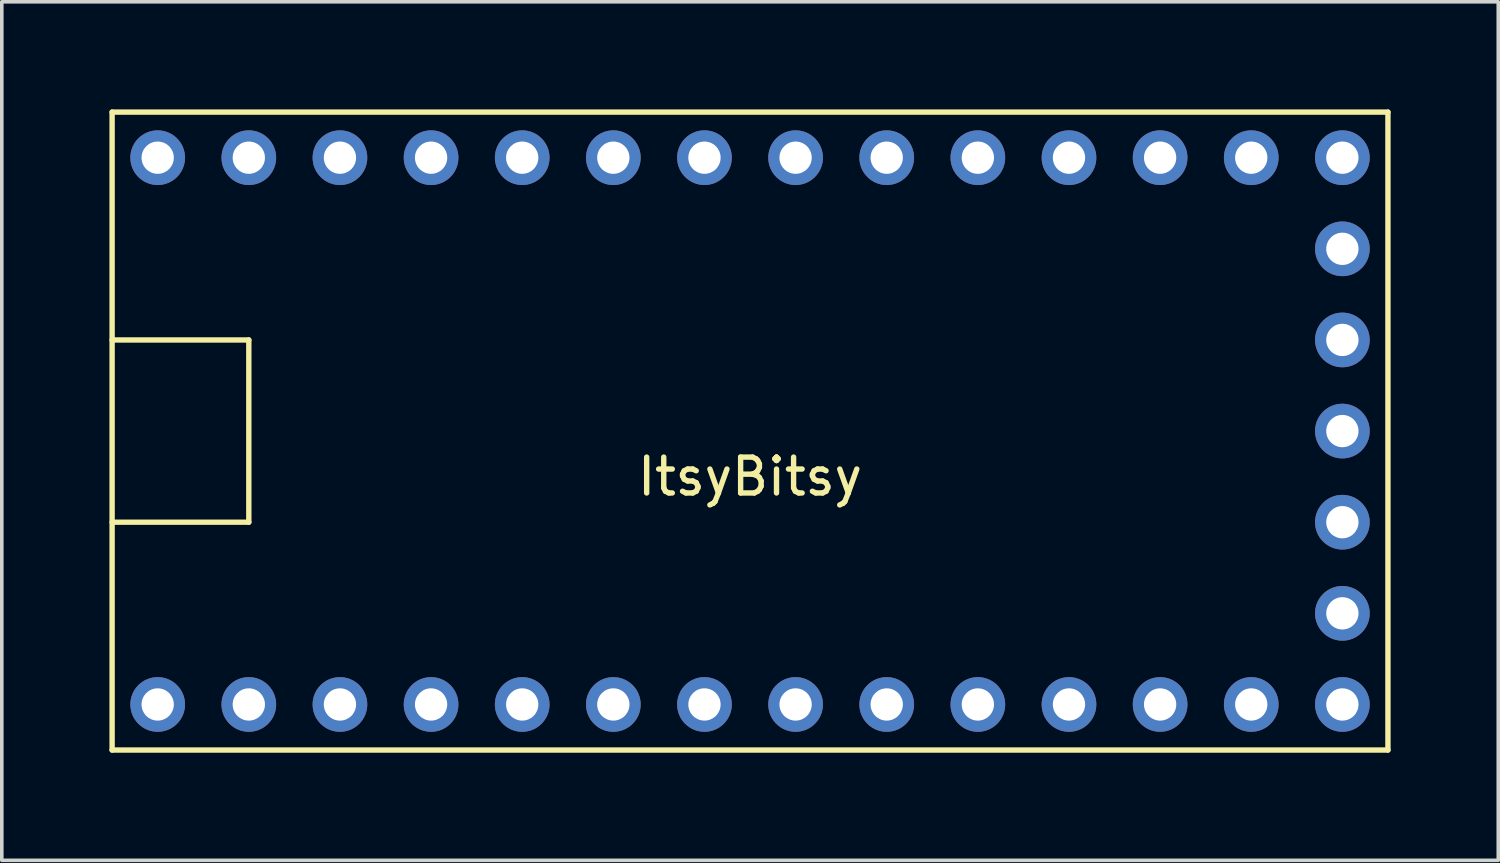
<source format=kicad_pcb>
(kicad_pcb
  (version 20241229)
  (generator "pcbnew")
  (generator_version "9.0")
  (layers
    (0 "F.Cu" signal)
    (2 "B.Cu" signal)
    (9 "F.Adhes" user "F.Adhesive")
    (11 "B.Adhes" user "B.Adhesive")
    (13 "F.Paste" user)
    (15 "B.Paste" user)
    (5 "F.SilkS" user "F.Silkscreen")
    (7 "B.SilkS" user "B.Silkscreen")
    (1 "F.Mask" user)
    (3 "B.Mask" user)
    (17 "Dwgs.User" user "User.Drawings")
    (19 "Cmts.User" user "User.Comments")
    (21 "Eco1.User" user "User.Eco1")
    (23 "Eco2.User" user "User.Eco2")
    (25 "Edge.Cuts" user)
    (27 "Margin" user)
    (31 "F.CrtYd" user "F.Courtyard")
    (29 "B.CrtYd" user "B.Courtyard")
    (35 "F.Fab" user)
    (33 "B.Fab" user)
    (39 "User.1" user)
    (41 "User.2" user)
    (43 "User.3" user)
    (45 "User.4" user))
  (footprint "ItsyBitsy"
    (layer "F.Cu")
    (at 17.855 8.965)
    (property "Reference" "ItsyBitsy" (at 0 1.27 0) (layer "F.SilkS") (effects (font (size 1 1) (thickness 0.15))))
    (attr through_hole)
    (fp_line (start -17.78 -8.89) (end 17.78 -8.89) (stroke (width 0.15) (type solid)) (layer "F.SilkS"))
    (fp_line (start -17.78 -2.54) (end -13.97 -2.54) (stroke (width 0.15) (type solid)) (layer "F.SilkS"))
    (fp_line (start -17.78 8.89) (end -17.78 -8.89) (stroke (width 0.15) (type solid)) (layer "F.SilkS"))
    (fp_line (start -13.97 -2.54) (end -13.97 2.54) (stroke (width 0.15) (type solid)) (layer "F.SilkS"))
    (fp_line (start -13.97 2.54) (end -17.78 2.54) (stroke (width 0.15) (type solid)) (layer "F.SilkS"))
    (fp_line (start 17.78 -8.89) (end 17.78 8.89) (stroke (width 0.15) (type solid)) (layer "F.SilkS"))
    (fp_line (start 17.78 8.89) (end -17.78 8.89) (stroke (width 0.15) (type solid)) (layer "F.SilkS"))
    (pad "1" thru_hole circle (at -16.51 7.62) (size 1.524 1.524) (drill 0.9) (layers "*.Cu" "*.Mask"))
    (pad "2" thru_hole circle (at -13.97 7.62) (size 1.524 1.524) (drill 0.9) (layers "*.Cu" "*.Mask"))
    (pad "3" thru_hole circle (at -11.43 7.62) (size 1.524 1.524) (drill 0.9) (layers "*.Cu" "*.Mask"))
    (pad "4" thru_hole circle (at -8.89 7.62) (size 1.524 1.524) (drill 0.9) (layers "*.Cu" "*.Mask"))
    (pad "5" thru_hole circle (at -6.35 7.62) (size 1.524 1.524) (drill 0.9) (layers "*.Cu" "*.Mask"))
    (pad "6" thru_hole circle (at -3.81 7.62) (size 1.524 1.524) (drill 0.9) (layers "*.Cu" "*.Mask"))
    (pad "7" thru_hole circle (at -1.27 7.62) (size 1.524 1.524) (drill 0.9) (layers "*.Cu" "*.Mask"))
    (pad "8" thru_hole circle (at 1.27 7.62) (size 1.524 1.524) (drill 0.9) (layers "*.Cu" "*.Mask"))
    (pad "9" thru_hole circle (at 3.81 7.62) (size 1.524 1.524) (drill 0.9) (layers "*.Cu" "*.Mask"))
    (pad "10" thru_hole circle (at 6.35 7.62) (size 1.524 1.524) (drill 0.9) (layers "*.Cu" "*.Mask"))
    (pad "11" thru_hole circle (at 8.89 7.62) (size 1.524 1.524) (drill 0.9) (layers "*.Cu" "*.Mask"))
    (pad "12" thru_hole circle (at 11.43 7.62) (size 1.524 1.524) (drill 0.9) (layers "*.Cu" "*.Mask"))
    (pad "13" thru_hole circle (at 13.97 7.62) (size 1.524 1.524) (drill 0.9) (layers "*.Cu" "*.Mask"))
    (pad "14" thru_hole circle (at 16.51 7.62) (size 1.524 1.524) (drill 0.9) (layers "*.Cu" "*.Mask"))
    (pad "15" thru_hole circle (at 16.51 5.08) (size 1.524 1.524) (drill 0.9) (layers "*.Cu" "*.Mask"))
    (pad "16" thru_hole circle (at 16.51 2.54) (size 1.524 1.524) (drill 0.9) (layers "*.Cu" "*.Mask"))
    (pad "17" thru_hole circle (at 16.51 0) (size 1.524 1.524) (drill 0.9) (layers "*.Cu" "*.Mask"))
    (pad "18" thru_hole circle (at 16.51 -2.54) (size 1.524 1.524) (drill 0.9) (layers "*.Cu" "*.Mask"))
    (pad "19" thru_hole circle (at 16.51 -5.08) (size 1.524 1.524) (drill 0.9) (layers "*.Cu" "*.Mask"))
    (pad "20" thru_hole circle (at 16.51 -7.62) (size 1.524 1.524) (drill 0.9) (layers "*.Cu" "*.Mask"))
    (pad "21" thru_hole circle (at 13.97 -7.62) (size 1.524 1.524) (drill 0.9) (layers "*.Cu" "*.Mask"))
    (pad "22" thru_hole circle (at 11.43 -7.62) (size 1.524 1.524) (drill 0.9) (layers "*.Cu" "*.Mask"))
    (pad "23" thru_hole circle (at 8.89 -7.62) (size 1.524 1.524) (drill 0.9) (layers "*.Cu" "*.Mask"))
    (pad "24" thru_hole circle (at 6.35 -7.62) (size 1.524 1.524) (drill 0.9) (layers "*.Cu" "*.Mask"))
    (pad "25" thru_hole circle (at 3.81 -7.62) (size 1.524 1.524) (drill 0.9) (layers "*.Cu" "*.Mask"))
    (pad "26" thru_hole circle (at 1.27 -7.62) (size 1.524 1.524) (drill 0.9) (layers "*.Cu" "*.Mask"))
    (pad "27" thru_hole circle (at -1.27 -7.62) (size 1.524 1.524) (drill 0.9) (layers "*.Cu" "*.Mask"))
    (pad "28" thru_hole circle (at -3.81 -7.62) (size 1.524 1.524) (drill 0.9) (layers "*.Cu" "*.Mask"))
    (pad "29" thru_hole circle (at -6.35 -7.62) (size 1.524 1.524) (drill 0.9) (layers "*.Cu" "*.Mask"))
    (pad "30" thru_hole circle (at -8.89 -7.62) (size 1.524 1.524) (drill 0.9) (layers "*.Cu" "*.Mask"))
    (pad "31" thru_hole circle (at -11.43 -7.62) (size 1.524 1.524) (drill 0.9) (layers "*.Cu" "*.Mask"))
    (pad "32" thru_hole circle (at -13.97 -7.62) (size 1.524 1.524) (drill 0.9) (layers "*.Cu" "*.Mask"))
    (pad "33" thru_hole circle (at -16.51 -7.62) (size 1.524 1.524) (drill 0.9) (layers "*.Cu" "*.Mask")))
  (gr_rect
    (start -3 -3)
    (end 38.71 20.93)
    (stroke (width 0.1) (type default))
    (fill no)
    (layer "Edge.Cuts")))
</source>
